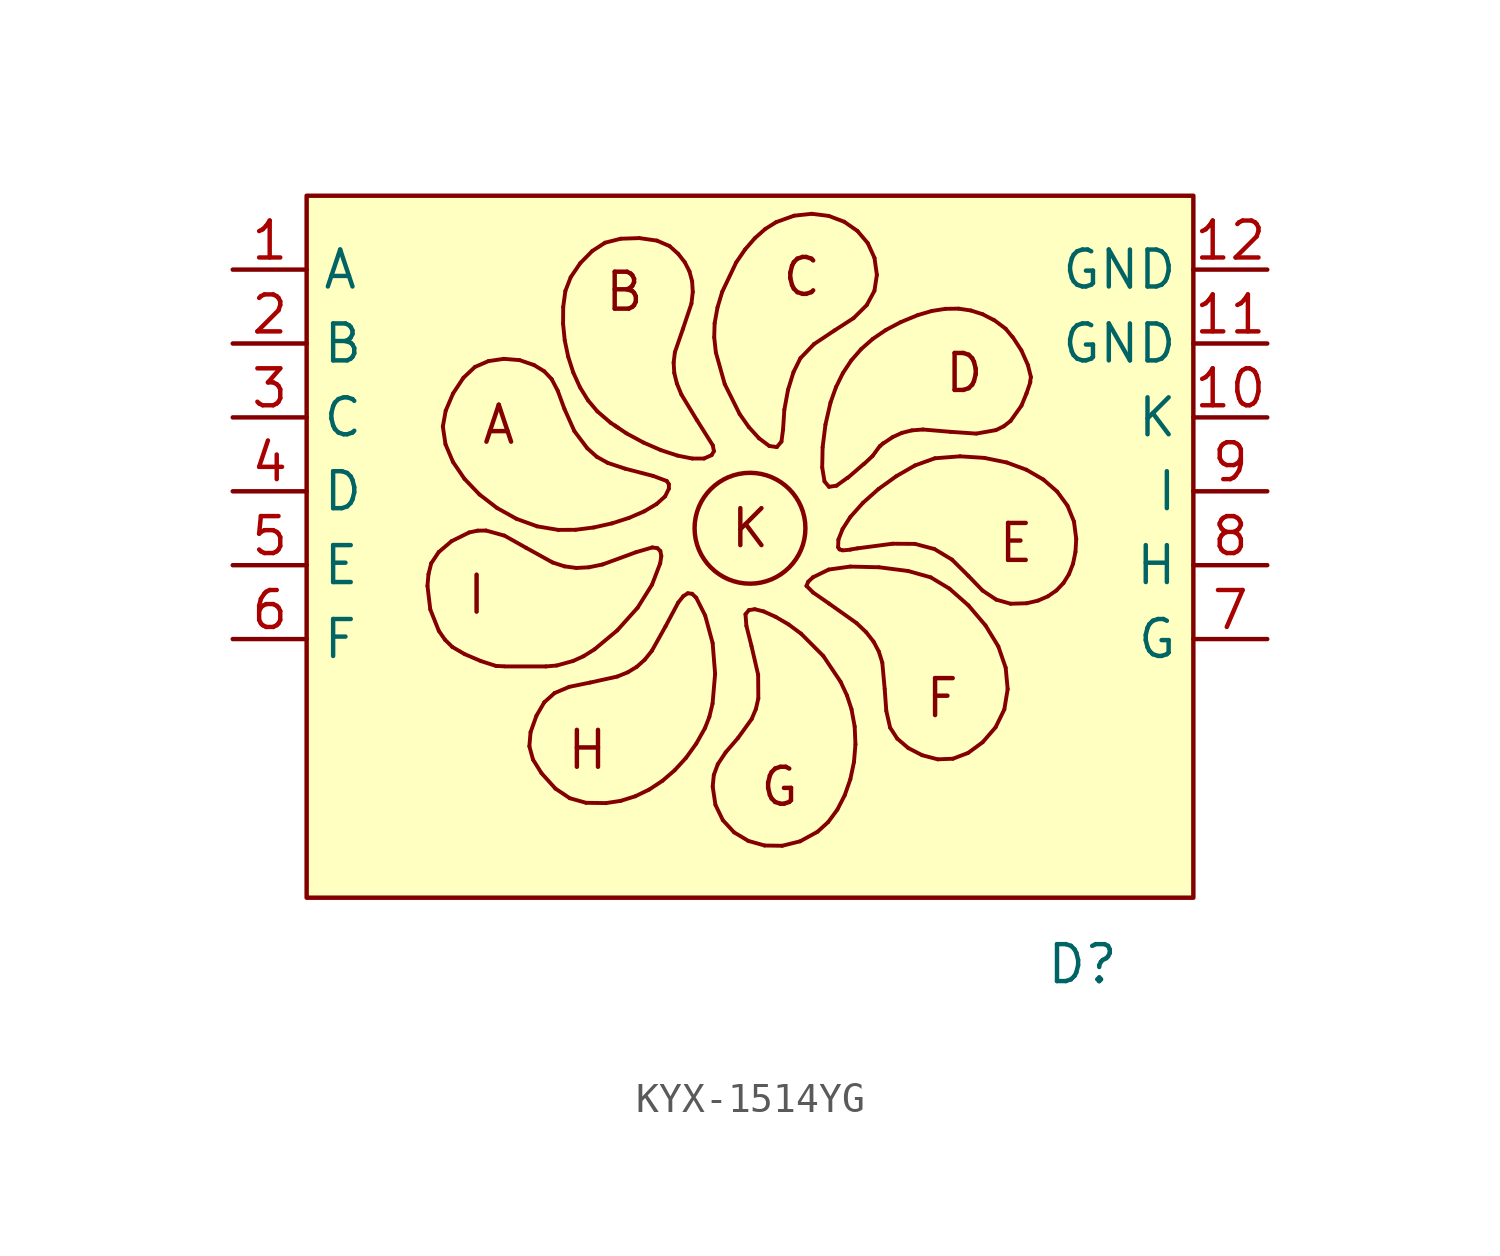
<source format=kicad_sym>
(kicad_symbol_lib
  (version 20241209)
  (generator "kicad_symbol_editor")
  (generator_version "9.0")
  (symbol "KYX-1514YG"
    (property "Reference" "D"
      (at 11.43 -14.986 0)
      (effects (font (size 1.27 1.27))))
    (property "Value" ""
      (at 0 0 0)
      (effects (font (size 1.27 1.27))))
    (symbol "KYX-1514YG_0_1"
      (rectangle (start -15.24 11.43) (end 15.24 -12.7) (stroke (width 0) (type default)) (fill (type background)))
      (circle (center 0 0) (radius 1.905) (stroke (width 0) (type default)) (fill (type none))))
    (symbol "KYX-1514YG_1_0"
      (polyline (pts (xy -11.087 -1.98) (xy -10.99 -2.791)) (stroke (width 0.134) (type default)) (fill (type none)))
      (polyline (pts (xy -11.052 -1.581) (xy -11.087 -1.98)) (stroke (width 0.134) (type default)) (fill (type none)))
      (polyline (pts (xy -10.99 -2.791) (xy -10.696 -3.529)) (stroke (width 0.134) (type default)) (fill (type none)))
      (polyline (pts (xy -10.958 -1.205) (xy -11.052 -1.581)) (stroke (width 0.134) (type default)) (fill (type none)))
      (polyline (pts (xy -10.699 -0.818) (xy -10.958 -1.205)) (stroke (width 0.134) (type default)) (fill (type none)))
      (polyline (pts (xy -10.696 -3.529) (xy -10.483 -3.835)) (stroke (width 0.134) (type default)) (fill (type none)))
      (polyline (pts (xy -10.558 3.496) (xy -10.467 2.886)) (stroke (width 0.134) (type default)) (fill (type none)))
      (polyline (pts (xy -10.483 -3.835) (xy -10.231 -4.082)) (stroke (width 0.134) (type default)) (fill (type none)))
      (polyline (pts (xy -10.467 2.886) (xy -10.21 2.279)) (stroke (width 0.134) (type default)) (fill (type none)))
      (polyline (pts (xy -10.46 4.04) (xy -10.558 3.496)) (stroke (width 0.134) (type default)) (fill (type none)))
      (polyline (pts (xy -10.259 -0.445) (xy -10.699 -0.818)) (stroke (width 0.134) (type default)) (fill (type none)))
      (polyline (pts (xy -10.231 -4.082) (xy -9.809 -4.328)) (stroke (width 0.134) (type default)) (fill (type none)))
      (polyline (pts (xy -10.21 2.279) (xy -9.813 1.696)) (stroke (width 0.134) (type default)) (fill (type none)))
      (polyline (pts (xy -10.206 4.635) (xy -10.46 4.04)) (stroke (width 0.134) (type default)) (fill (type none)))
      (polyline (pts (xy -9.851 5.172) (xy -10.206 4.635)) (stroke (width 0.134) (type default)) (fill (type none)))
      (polyline (pts (xy -9.813 1.696) (xy -9.3 1.161)) (stroke (width 0.134) (type default)) (fill (type none)))
      (polyline (pts (xy -9.809 -4.328) (xy -9.244 -4.569)) (stroke (width 0.134) (type default)) (fill (type none)))
      (polyline (pts (xy -9.654 -0.145) (xy -10.259 -0.445)) (stroke (width 0.134) (type default)) (fill (type none)))
      (polyline (pts (xy -9.456 5.544) (xy -9.851 5.172)) (stroke (width 0.134) (type default)) (fill (type none)))
      (polyline (pts (xy -9.365 -0.083) (xy -9.654 -0.145)) (stroke (width 0.134) (type default)) (fill (type none)))
      (polyline (pts (xy -9.3 1.161) (xy -8.696 0.696)) (stroke (width 0.134) (type default)) (fill (type none)))
      (polyline (pts (xy -9.244 -4.569) (xy -8.729 -4.733)) (stroke (width 0.134) (type default)) (fill (type none)))
      (polyline (pts (xy -9.072 -0.079) (xy -9.365 -0.083)) (stroke (width 0.134) (type default)) (fill (type none)))
      (polyline (pts (xy -8.994 5.744) (xy -9.456 5.544)) (stroke (width 0.134) (type default)) (fill (type none)))
      (polyline (pts (xy -8.729 -4.733) (xy -8.457 -4.746)) (stroke (width 0.134) (type default)) (fill (type none)))
      (polyline (pts (xy -8.696 0.696) (xy -8.026 0.323)) (stroke (width 0.134) (type default)) (fill (type none)))
      (polyline (pts (xy -8.463 5.823) (xy -8.994 5.744)) (stroke (width 0.134) (type default)) (fill (type none)))
      (polyline (pts (xy -8.442 -0.254) (xy -9.072 -0.079)) (stroke (width 0.134) (type default)) (fill (type none)))
      (polyline (pts (xy -8.433 -4.75) (xy -7.01 -4.75)) (stroke (width 0.134) (type default)) (fill (type none)))
      (polyline (pts (xy -8.026 0.323) (xy -7.316 0.065)) (stroke (width 0.134) (type default)) (fill (type none)))
      (polyline (pts (xy -7.92 5.779) (xy -8.463 5.823)) (stroke (width 0.134) (type default)) (fill (type none)))
      (polyline (pts (xy -7.693 -0.675) (xy -8.442 -0.254)) (stroke (width 0.134) (type default)) (fill (type none)))
      (polyline (pts (xy -7.584 -7.496) (xy -7.459 -7.952)) (stroke (width 0.134) (type default)) (fill (type none)))
      (polyline (pts (xy -7.543 -7.009) (xy -7.584 -7.496)) (stroke (width 0.134) (type default)) (fill (type none)))
      (polyline (pts (xy -7.459 -7.952) (xy -7.164 -8.424)) (stroke (width 0.134) (type default)) (fill (type none)))
      (polyline (pts (xy -7.426 5.61) (xy -7.92 5.779)) (stroke (width 0.134) (type default)) (fill (type none)))
      (polyline (pts (xy -7.34 -6.443) (xy -7.543 -7.009)) (stroke (width 0.134) (type default)) (fill (type none)))
      (polyline (pts (xy -7.316 0.065) (xy -6.589 -0.057)) (stroke (width 0.134) (type default)) (fill (type none)))
      (polyline (pts (xy -7.164 -8.424) (xy -6.688 -8.95)) (stroke (width 0.134) (type default)) (fill (type none)))
      (polyline (pts (xy -7.072 5.394) (xy -7.426 5.61)) (stroke (width 0.134) (type default)) (fill (type none)))
      (polyline (pts (xy -7.071 -5.982) (xy -7.34 -6.443)) (stroke (width 0.134) (type default)) (fill (type none)))
      (polyline (pts (xy -7.023 -4.751) (xy -6.647 -4.719)) (stroke (width 0.134) (type default)) (fill (type none)))
      (polyline (pts (xy -6.82 5.129) (xy -7.072 5.394)) (stroke (width 0.134) (type default)) (fill (type none)))
      (polyline (pts (xy -6.786 -1.177) (xy -7.693 -0.675)) (stroke (width 0.134) (type default)) (fill (type none)))
      (polyline (pts (xy -6.717 -5.665) (xy -7.071 -5.982)) (stroke (width 0.134) (type default)) (fill (type none)))
      (polyline (pts (xy -6.688 -8.95) (xy -6.195 -9.28)) (stroke (width 0.134) (type default)) (fill (type none)))
      (polyline (pts (xy -6.647 -4.719) (xy -6.082 -4.563)) (stroke (width 0.134) (type default)) (fill (type none)))
      (polyline (pts (xy -6.609 4.727) (xy -6.82 5.129)) (stroke (width 0.134) (type default)) (fill (type none)))
      (polyline (pts (xy -6.589 -0.057) (xy -5.997 -0.053)) (stroke (width 0.134) (type default)) (fill (type none)))
      (polyline (pts (xy -6.426 7.034) (xy -6.368 6.458)) (stroke (width 0.134) (type default)) (fill (type none)))
      (polyline (pts (xy -6.421 7.604) (xy -6.426 7.034)) (stroke (width 0.134) (type default)) (fill (type none)))
      (polyline (pts (xy -6.379 4.102) (xy -6.609 4.727)) (stroke (width 0.134) (type default)) (fill (type none)))
      (polyline (pts (xy -6.377 -1.31) (xy -6.786 -1.177)) (stroke (width 0.134) (type default)) (fill (type none)))
      (polyline (pts (xy -6.368 6.458) (xy -6.249 5.893)) (stroke (width 0.134) (type default)) (fill (type none)))
      (polyline (pts (xy -6.347 8.154) (xy -6.421 7.604)) (stroke (width 0.134) (type default)) (fill (type none)))
      (polyline (pts (xy -6.249 5.893) (xy -6.074 5.351)) (stroke (width 0.134) (type default)) (fill (type none)))
      (polyline (pts (xy -6.213 -5.452) (xy -6.717 -5.665)) (stroke (width 0.134) (type default)) (fill (type none)))
      (polyline (pts (xy -6.195 -9.28) (xy -5.634 -9.438)) (stroke (width 0.134) (type default)) (fill (type none)))
      (polyline (pts (xy -6.164 8.628) (xy -6.347 8.154)) (stroke (width 0.134) (type default)) (fill (type none)))
      (polyline (pts (xy -6.082 -4.563) (xy -5.726 -4.401)) (stroke (width 0.134) (type default)) (fill (type none)))
      (polyline (pts (xy -6.074 5.351) (xy -5.846 4.848)) (stroke (width 0.134) (type default)) (fill (type none)))
      (polyline (pts (xy -6.037 3.338) (xy -6.379 4.102)) (stroke (width 0.134) (type default)) (fill (type none)))
      (polyline (pts (xy -5.997 -0.053) (xy -5.373 0.026)) (stroke (width 0.134) (type default)) (fill (type none)))
      (polyline (pts (xy -5.969 -1.365) (xy -6.377 -1.31)) (stroke (width 0.134) (type default)) (fill (type none)))
      (polyline (pts (xy -5.846 4.848) (xy -5.57 4.399)) (stroke (width 0.134) (type default)) (fill (type none)))
      (polyline (pts (xy -5.836 9.111) (xy -6.164 8.628)) (stroke (width 0.134) (type default)) (fill (type none)))
      (polyline (pts (xy -5.726 -4.401) (xy -5.344 -4.162)) (stroke (width 0.134) (type default)) (fill (type none)))
      (polyline (pts (xy -5.634 -9.438) (xy -4.952 -9.448)) (stroke (width 0.134) (type default)) (fill (type none)))
      (polyline (pts (xy -5.593 2.749) (xy -6.037 3.338)) (stroke (width 0.134) (type default)) (fill (type none)))
      (polyline (pts (xy -5.57 4.399) (xy -5.249 4.018)) (stroke (width 0.134) (type default)) (fill (type none)))
      (polyline (pts (xy -5.54 -1.343) (xy -5.969 -1.365)) (stroke (width 0.134) (type default)) (fill (type none)))
      (polyline (pts (xy -5.497 -5.305) (xy -6.213 -5.452)) (stroke (width 0.134) (type default)) (fill (type none)))
      (polyline (pts (xy -5.422 9.531) (xy -5.836 9.111)) (stroke (width 0.134) (type default)) (fill (type none)))
      (polyline (pts (xy -5.373 0.026) (xy -4.75 0.166)) (stroke (width 0.134) (type default)) (fill (type none)))
      (polyline (pts (xy -5.344 -4.162) (xy -4.563 -3.511)) (stroke (width 0.134) (type default)) (fill (type none)))
      (polyline (pts (xy -5.266 2.456) (xy -5.593 2.749)) (stroke (width 0.134) (type default)) (fill (type none)))
      (polyline (pts (xy -5.249 4.018) (xy -4.792 3.626)) (stroke (width 0.134) (type default)) (fill (type none)))
      (polyline (pts (xy -5.071 -1.246) (xy -5.54 -1.343)) (stroke (width 0.134) (type default)) (fill (type none)))
      (polyline (pts (xy -4.982 9.815) (xy -5.422 9.531)) (stroke (width 0.134) (type default)) (fill (type none)))
      (polyline (pts (xy -4.952 -9.448) (xy -4.442 -9.37)) (stroke (width 0.134) (type default)) (fill (type none)))
      (polyline (pts (xy -4.889 2.246) (xy -5.266 2.456)) (stroke (width 0.134) (type default)) (fill (type none)))
      (polyline (pts (xy -4.792 3.626) (xy -4.25 3.263)) (stroke (width 0.134) (type default)) (fill (type none)))
      (polyline (pts (xy -4.75 0.166) (xy -4.161 0.355)) (stroke (width 0.134) (type default)) (fill (type none)))
      (polyline (pts (xy -4.563 -3.511) (xy -3.863 -2.731)) (stroke (width 0.134) (type default)) (fill (type none)))
      (polyline (pts (xy -4.562 -5.098) (xy -5.497 -5.305)) (stroke (width 0.134) (type default)) (fill (type none)))
      (polyline (pts (xy -4.524 3.446) (xy -4.648 3.533)) (stroke (width 0.134) (type default)) (fill (type none)))
      (polyline (pts (xy -4.444 9.952) (xy -4.982 9.815)) (stroke (width 0.134) (type default)) (fill (type none)))
      (polyline (pts (xy -4.442 -9.37) (xy -3.945 -9.214)) (stroke (width 0.134) (type default)) (fill (type none)))
      (polyline (pts (xy -4.297 2.049) (xy -4.889 2.246)) (stroke (width 0.134) (type default)) (fill (type none)))
      (polyline (pts (xy -4.25 3.263) (xy -3.661 2.945)) (stroke (width 0.134) (type default)) (fill (type none)))
      (polyline (pts (xy -4.2 -4.951) (xy -4.562 -5.098)) (stroke (width 0.134) (type default)) (fill (type none)))
      (polyline (pts (xy -4.161 0.355) (xy -3.637 0.581)) (stroke (width 0.134) (type default)) (fill (type none)))
      (polyline (pts (xy -3.945 -9.214) (xy -3.466 -8.983)) (stroke (width 0.134) (type default)) (fill (type none)))
      (polyline (pts (xy -3.923 -0.825) (xy -5.071 -1.246)) (stroke (width 0.134) (type default)) (fill (type none)))
      (polyline (pts (xy -3.889 -4.761) (xy -4.2 -4.951)) (stroke (width 0.134) (type default)) (fill (type none)))
      (polyline (pts (xy -3.863 -2.731) (xy -3.368 -1.941)) (stroke (width 0.134) (type default)) (fill (type none)))
      (polyline (pts (xy -3.804 9.973) (xy -4.444 9.952)) (stroke (width 0.134) (type default)) (fill (type none)))
      (polyline (pts (xy -3.661 2.945) (xy -3.062 2.684)) (stroke (width 0.134) (type default)) (fill (type none)))
      (polyline (pts (xy -3.637 0.581) (xy -3.212 0.832)) (stroke (width 0.134) (type default)) (fill (type none)))
      (polyline (pts (xy -3.618 -4.518) (xy -3.889 -4.761)) (stroke (width 0.134) (type default)) (fill (type none)))
      (polyline (pts (xy -3.466 -8.983) (xy -3.011 -8.683)) (stroke (width 0.134) (type default)) (fill (type none)))
      (polyline (pts (xy -3.372 -4.212) (xy -3.618 -4.518)) (stroke (width 0.134) (type default)) (fill (type none)))
      (polyline (pts (xy -3.368 -1.941) (xy -3.087 -1.206)) (stroke (width 0.134) (type default)) (fill (type none)))
      (polyline (pts (xy -3.358 -0.66) (xy -3.923 -0.825)) (stroke (width 0.134) (type default)) (fill (type none)))
      (polyline (pts (xy -3.325 1.796) (xy -4.297 2.049)) (stroke (width 0.134) (type default)) (fill (type none)))
      (polyline (pts (xy -3.212 0.832) (xy -2.918 1.096)) (stroke (width 0.134) (type default)) (fill (type none)))
      (polyline (pts (xy -3.2 9.887) (xy -3.804 9.973)) (stroke (width 0.134) (type default)) (fill (type none)))
      (polyline (pts (xy -3.184 -0.685) (xy -3.358 -0.66)) (stroke (width 0.134) (type default)) (fill (type none)))
      (polyline (pts (xy -3.087 -1.206) (xy -3.049 -0.957)) (stroke (width 0.134) (type default)) (fill (type none)))
      (polyline (pts (xy -3.082 -0.783) (xy -3.184 -0.685)) (stroke (width 0.134) (type default)) (fill (type none)))
      (polyline (pts (xy -3.062 2.684) (xy -2.49 2.497)) (stroke (width 0.134) (type default)) (fill (type none)))
      (polyline (pts (xy -3.049 -0.957) (xy -3.082 -0.783)) (stroke (width 0.134) (type default)) (fill (type none)))
      (polyline (pts (xy -3.011 -8.683) (xy -2.587 -8.317)) (stroke (width 0.134) (type default)) (fill (type none)))
      (polyline (pts (xy -2.918 1.096) (xy -2.788 1.361)) (stroke (width 0.134) (type default)) (fill (type none)))
      (polyline (pts (xy -2.903 -3.372) (xy -3.372 -4.212)) (stroke (width 0.134) (type default)) (fill (type none)))
      (polyline (pts (xy -2.862 1.624) (xy -3.325 1.796)) (stroke (width 0.134) (type default)) (fill (type none)))
      (polyline (pts (xy -2.789 1.514) (xy -2.862 1.624)) (stroke (width 0.134) (type default)) (fill (type none)))
      (polyline (pts (xy -2.788 1.361) (xy -2.789 1.514)) (stroke (width 0.134) (type default)) (fill (type none)))
      (polyline (pts (xy -2.765 9.699) (xy -3.2 9.887)) (stroke (width 0.134) (type default)) (fill (type none)))
      (polyline (pts (xy -2.625 5.693) (xy -2.581 6.053)) (stroke (width 0.134) (type default)) (fill (type none)))
      (polyline (pts (xy -2.603 5.338) (xy -2.625 5.693)) (stroke (width 0.134) (type default)) (fill (type none)))
      (polyline (pts (xy -2.587 -8.317) (xy -2.197 -7.89)) (stroke (width 0.134) (type default)) (fill (type none)))
      (polyline (pts (xy -2.581 6.053) (xy -2.308 6.844)) (stroke (width 0.134) (type default)) (fill (type none)))
      (polyline (pts (xy -2.514 4.976) (xy -2.603 5.338)) (stroke (width 0.134) (type default)) (fill (type none)))
      (polyline (pts (xy -2.49 2.497) (xy -1.985 2.396)) (stroke (width 0.134) (type default)) (fill (type none)))
      (polyline (pts (xy -2.469 -2.557) (xy -2.903 -3.372)) (stroke (width 0.134) (type default)) (fill (type none)))
      (polyline (pts (xy -2.468 9.432) (xy -2.765 9.699)) (stroke (width 0.134) (type default)) (fill (type none)))
      (polyline (pts (xy -2.357 4.594) (xy -2.514 4.976)) (stroke (width 0.134) (type default)) (fill (type none)))
      (polyline (pts (xy -2.308 6.844) (xy -2.013 7.723)) (stroke (width 0.134) (type default)) (fill (type none)))
      (polyline (pts (xy -2.294 -2.336) (xy -2.469 -2.557)) (stroke (width 0.134) (type default)) (fill (type none)))
      (polyline (pts (xy -2.24 9.141) (xy -2.468 9.432)) (stroke (width 0.134) (type default)) (fill (type none)))
      (polyline (pts (xy -2.197 -7.89) (xy -1.849 -7.406)) (stroke (width 0.134) (type default)) (fill (type none)))
      (polyline (pts (xy -2.138 -2.235) (xy -2.294 -2.336)) (stroke (width 0.134) (type default)) (fill (type none)))
      (polyline (pts (xy -2.08 8.826) (xy -2.24 9.141)) (stroke (width 0.134) (type default)) (fill (type none)))
      (polyline (pts (xy -2.013 7.723) (xy -1.967 8.118)) (stroke (width 0.134) (type default)) (fill (type none)))
      (polyline (pts (xy -1.992 -2.253) (xy -2.138 -2.235)) (stroke (width 0.134) (type default)) (fill (type none)))
      (polyline (pts (xy -1.989 8.485) (xy -2.08 8.826)) (stroke (width 0.134) (type default)) (fill (type none)))
      (polyline (pts (xy -1.985 2.396) (xy -1.582 2.396)) (stroke (width 0.134) (type default)) (fill (type none)))
      (polyline (pts (xy -1.967 8.118) (xy -1.989 8.485)) (stroke (width 0.134) (type default)) (fill (type none)))
      (polyline (pts (xy -1.849 -2.388) (xy -1.992 -2.253)) (stroke (width 0.134) (type default)) (fill (type none)))
      (polyline (pts (xy -1.849 -7.406) (xy -1.547 -6.869)) (stroke (width 0.134) (type default)) (fill (type none)))
      (polyline (pts (xy -1.827 3.72) (xy -2.357 4.594)) (stroke (width 0.134) (type default)) (fill (type none)))
      (polyline (pts (xy -1.582 2.396) (xy -1.32 2.513)) (stroke (width 0.134) (type default)) (fill (type none)))
      (polyline (pts (xy -1.547 -6.869) (xy -1.396 -6.48)) (stroke (width 0.134) (type default)) (fill (type none)))
      (polyline (pts (xy -1.541 -3) (xy -1.849 -2.388)) (stroke (width 0.134) (type default)) (fill (type none)))
      (polyline (pts (xy -1.396 -6.48) (xy -1.287 -6.028)) (stroke (width 0.134) (type default)) (fill (type none)))
      (polyline (pts (xy -1.32 2.513) (xy -1.24 2.649)) (stroke (width 0.134) (type default)) (fill (type none)))
      (polyline (pts (xy -1.287 -6.028) (xy -1.199 -5.006)) (stroke (width 0.134) (type default)) (fill (type none)))
      (polyline (pts (xy -1.284 -3.949) (xy -1.541 -3)) (stroke (width 0.134) (type default)) (fill (type none)))
      (polyline (pts (xy -1.282 -8.882) (xy -1.188 -9.508)) (stroke (width 0.134) (type default)) (fill (type none)))
      (polyline (pts (xy -1.279 2.849) (xy -1.827 3.72)) (stroke (width 0.134) (type default)) (fill (type none)))
      (polyline (pts (xy -1.244 -8.484) (xy -1.282 -8.882)) (stroke (width 0.134) (type default)) (fill (type none)))
      (polyline (pts (xy -1.24 2.649) (xy -1.279 2.849)) (stroke (width 0.134) (type default)) (fill (type none)))
      (polyline (pts (xy -1.23 6.561) (xy -1.173 6.041)) (stroke (width 0.134) (type default)) (fill (type none)))
      (polyline (pts (xy -1.216 7.042) (xy -1.23 6.561)) (stroke (width 0.134) (type default)) (fill (type none)))
      (polyline (pts (xy -1.199 -5.006) (xy -1.284 -3.949)) (stroke (width 0.134) (type default)) (fill (type none)))
      (polyline (pts (xy -1.188 -9.508) (xy -0.933 -10.036)) (stroke (width 0.134) (type default)) (fill (type none)))
      (polyline (pts (xy -1.173 6.041) (xy -0.869 4.956)) (stroke (width 0.134) (type default)) (fill (type none)))
      (polyline (pts (xy -1.118 7.586) (xy -1.216 7.042)) (stroke (width 0.134) (type default)) (fill (type none)))
      (polyline (pts (xy -1.107 -8.112) (xy -1.244 -8.484)) (stroke (width 0.134) (type default)) (fill (type none)))
      (polyline (pts (xy -0.956 8.125) (xy -1.118 7.586)) (stroke (width 0.134) (type default)) (fill (type none)))
      (polyline (pts (xy -0.933 -10.036) (xy -0.546 -10.454)) (stroke (width 0.134) (type default)) (fill (type none)))
      (polyline (pts (xy -0.869 4.956) (xy -0.357 3.927)) (stroke (width 0.134) (type default)) (fill (type none)))
      (polyline (pts (xy -0.839 -7.706) (xy -1.107 -8.112)) (stroke (width 0.134) (type default)) (fill (type none)))
      (polyline (pts (xy -0.546 -10.454) (xy -0.058 -10.748)) (stroke (width 0.134) (type default)) (fill (type none)))
      (polyline (pts (xy -0.475 9.136) (xy -0.956 8.125)) (stroke (width 0.134) (type default)) (fill (type none)))
      (polyline (pts (xy -0.408 -7.205) (xy -0.839 -7.706)) (stroke (width 0.134) (type default)) (fill (type none)))
      (polyline (pts (xy -0.357 3.927) (xy -0.04 3.477)) (stroke (width 0.134) (type default)) (fill (type none)))
      (polyline (pts (xy -0.17 9.582) (xy -0.475 9.136)) (stroke (width 0.134) (type default)) (fill (type none)))
      (polyline (pts (xy -0.155 -2.958) (xy -0.124 -3.356)) (stroke (width 0.134) (type default)) (fill (type none)))
      (polyline (pts (xy -0.124 -3.356) (xy 0.051 -4.048)) (stroke (width 0.134) (type default)) (fill (type none)))
      (polyline (pts (xy -0.058 -10.748) (xy 0.503 -10.906)) (stroke (width 0.134) (type default)) (fill (type none)))
      (polyline (pts (xy -0.04 -2.816) (xy -0.155 -2.958)) (stroke (width 0.134) (type default)) (fill (type none)))
      (polyline (pts (xy -0.04 3.477) (xy 0.309 3.093)) (stroke (width 0.134) (type default)) (fill (type none)))
      (polyline (pts (xy 0.051 -4.048) (xy 0.28 -5.037)) (stroke (width 0.134) (type default)) (fill (type none)))
      (polyline (pts (xy 0.059 -6.556) (xy -0.408 -7.205)) (stroke (width 0.134) (type default)) (fill (type none)))
      (polyline (pts (xy 0.163 -2.783) (xy -0.04 -2.816)) (stroke (width 0.134) (type default)) (fill (type none)))
      (polyline (pts (xy 0.166 9.97) (xy -0.17 9.582)) (stroke (width 0.134) (type default)) (fill (type none)))
      (polyline (pts (xy 0.202 -6.215) (xy 0.059 -6.556)) (stroke (width 0.134) (type default)) (fill (type none)))
      (polyline (pts (xy 0.28 -5.037) (xy 0.286 -5.853)) (stroke (width 0.134) (type default)) (fill (type none)))
      (polyline (pts (xy 0.286 -5.853) (xy 0.202 -6.215)) (stroke (width 0.134) (type default)) (fill (type none)))
      (polyline (pts (xy 0.309 3.093) (xy 0.663 2.828)) (stroke (width 0.134) (type default)) (fill (type none)))
      (polyline (pts (xy 0.465 -2.858) (xy 0.163 -2.783)) (stroke (width 0.134) (type default)) (fill (type none)))
      (polyline (pts (xy 0.503 -10.906) (xy 1.106 -10.915)) (stroke (width 0.134) (type default)) (fill (type none)))
      (polyline (pts (xy 0.525 10.288) (xy 0.166 9.97)) (stroke (width 0.134) (type default)) (fill (type none)))
      (polyline (pts (xy 0.663 2.828) (xy 0.922 2.79)) (stroke (width 0.134) (type default)) (fill (type none)))
      (polyline (pts (xy 0.878 -3.044) (xy 0.465 -2.858)) (stroke (width 0.134) (type default)) (fill (type none)))
      (polyline (pts (xy 0.901 10.523) (xy 0.525 10.288)) (stroke (width 0.134) (type default)) (fill (type none)))
      (polyline (pts (xy 0.922 2.79) (xy 1.081 2.979)) (stroke (width 0.134) (type default)) (fill (type none)))
      (polyline (pts (xy 1.081 2.979) (xy 1.136 3.391)) (stroke (width 0.134) (type default)) (fill (type none)))
      (polyline (pts (xy 1.106 -10.915) (xy 1.722 -10.762)) (stroke (width 0.134) (type default)) (fill (type none)))
      (polyline (pts (xy 1.136 3.391) (xy 1.181 4.075)) (stroke (width 0.134) (type default)) (fill (type none)))
      (polyline (pts (xy 1.181 4.075) (xy 1.307 4.757)) (stroke (width 0.134) (type default)) (fill (type none)))
      (polyline (pts (xy 1.307 4.757) (xy 1.496 5.369)) (stroke (width 0.134) (type default)) (fill (type none)))
      (polyline (pts (xy 1.329 -3.308) (xy 0.878 -3.044)) (stroke (width 0.134) (type default)) (fill (type none)))
      (polyline (pts (xy 1.496 5.369) (xy 1.733 5.846)) (stroke (width 0.134) (type default)) (fill (type none)))
      (polyline (pts (xy 1.514 10.743) (xy 0.901 10.523)) (stroke (width 0.134) (type default)) (fill (type none)))
      (polyline (pts (xy 1.722 -10.762) (xy 2.32 -10.434)) (stroke (width 0.134) (type default)) (fill (type none)))
      (polyline (pts (xy 1.733 5.846) (xy 2.199 6.329)) (stroke (width 0.134) (type default)) (fill (type none)))
      (polyline (pts (xy 1.757 -3.626) (xy 1.329 -3.308)) (stroke (width 0.134) (type default)) (fill (type none)))
      (polyline (pts (xy 1.942 -1.981) (xy 2.169 -2.209)) (stroke (width 0.134) (type default)) (fill (type none)))
      (polyline (pts (xy 2.001 -1.838) (xy 1.942 -1.981)) (stroke (width 0.134) (type default)) (fill (type none)))
      (polyline (pts (xy 2.124 10.809) (xy 1.514 10.743)) (stroke (width 0.134) (type default)) (fill (type none)))
      (polyline (pts (xy 2.163 -1.686) (xy 2.001 -1.838)) (stroke (width 0.134) (type default)) (fill (type none)))
      (polyline (pts (xy 2.169 -2.209) (xy 2.715 -2.588)) (stroke (width 0.134) (type default)) (fill (type none)))
      (polyline (pts (xy 2.199 6.329) (xy 2.907 6.801)) (stroke (width 0.134) (type default)) (fill (type none)))
      (polyline (pts (xy 2.32 -10.434) (xy 2.688 -10.099)) (stroke (width 0.134) (type default)) (fill (type none)))
      (polyline (pts (xy 2.482 2.09) (xy 2.561 1.61)) (stroke (width 0.134) (type default)) (fill (type none)))
      (polyline (pts (xy 2.496 2.782) (xy 2.482 2.09)) (stroke (width 0.134) (type default)) (fill (type none)))
      (polyline (pts (xy 2.519 -4.39) (xy 1.757 -3.626)) (stroke (width 0.134) (type default)) (fill (type none)))
      (polyline (pts (xy 2.561 1.61) (xy 2.716 1.424)) (stroke (width 0.134) (type default)) (fill (type none)))
      (polyline (pts (xy 2.594 3.564) (xy 2.496 2.782)) (stroke (width 0.134) (type default)) (fill (type none)))
      (polyline (pts (xy 2.688 -10.099) (xy 3.002 -9.674)) (stroke (width 0.134) (type default)) (fill (type none)))
      (polyline (pts (xy 2.706 -1.42) (xy 2.163 -1.686)) (stroke (width 0.134) (type default)) (fill (type none)))
      (polyline (pts (xy 2.707 10.736) (xy 2.124 10.809)) (stroke (width 0.134) (type default)) (fill (type none)))
      (polyline (pts (xy 2.715 -2.588) (xy 3.662 -3.26)) (stroke (width 0.134) (type default)) (fill (type none)))
      (polyline (pts (xy 2.716 1.424) (xy 2.972 1.462)) (stroke (width 0.134) (type default)) (fill (type none)))
      (polyline (pts (xy 2.767 4.318) (xy 2.594 3.564)) (stroke (width 0.134) (type default)) (fill (type none)))
      (polyline (pts (xy 2.907 6.801) (xy 3.562 7.224)) (stroke (width 0.134) (type default)) (fill (type none)))
      (polyline (pts (xy 2.956 4.85) (xy 2.767 4.318)) (stroke (width 0.134) (type default)) (fill (type none)))
      (polyline (pts (xy 2.972 1.462) (xy 3.353 1.737)) (stroke (width 0.134) (type default)) (fill (type none)))
      (polyline (pts (xy 3.002 -9.674) (xy 3.257 -9.177)) (stroke (width 0.134) (type default)) (fill (type none)))
      (polyline (pts (xy 3.029 -0.653) (xy 3.078 -0.727)) (stroke (width 0.134) (type default)) (fill (type none)))
      (polyline (pts (xy 3.039 -0.392) (xy 3.029 -0.653)) (stroke (width 0.134) (type default)) (fill (type none)))
      (polyline (pts (xy 3.078 -0.727) (xy 3.166 -0.753)) (stroke (width 0.134) (type default)) (fill (type none)))
      (polyline (pts (xy 3.113 -5.276) (xy 2.519 -4.39)) (stroke (width 0.134) (type default)) (fill (type none)))
      (polyline (pts (xy 3.175 -0.762) (xy 3.454 -0.737)) (stroke (width 0.134) (type default)) (fill (type none)))
      (polyline (pts (xy 3.183 -0.027) (xy 3.039 -0.392)) (stroke (width 0.134) (type default)) (fill (type none)))
      (polyline (pts (xy 3.193 5.333) (xy 2.956 4.85)) (stroke (width 0.134) (type default)) (fill (type none)))
      (polyline (pts (xy 3.238 10.535) (xy 2.707 10.736)) (stroke (width 0.134) (type default)) (fill (type none)))
      (polyline (pts (xy 3.257 -9.177) (xy 3.45 -8.625)) (stroke (width 0.134) (type default)) (fill (type none)))
      (polyline (pts (xy 3.332 -5.744) (xy 3.113 -5.276)) (stroke (width 0.134) (type default)) (fill (type none)))
      (polyline (pts (xy 3.353 1.727) (xy 3.912 2.21)) (stroke (width 0.134) (type default)) (fill (type none)))
      (polyline (pts (xy 3.444 -1.318) (xy 2.706 -1.42)) (stroke (width 0.134) (type default)) (fill (type none)))
      (polyline (pts (xy 3.446 0.384) (xy 3.183 -0.027)) (stroke (width 0.134) (type default)) (fill (type none)))
      (polyline (pts (xy 3.45 -8.625) (xy 3.574 -8.036)) (stroke (width 0.134) (type default)) (fill (type none)))
      (polyline (pts (xy 3.454 -0.731) (xy 3.689 -0.692)) (stroke (width 0.134) (type default)) (fill (type none)))
      (polyline (pts (xy 3.481 5.769) (xy 3.193 5.333)) (stroke (width 0.134) (type default)) (fill (type none)))
      (polyline (pts (xy 3.489 -6.22) (xy 3.332 -5.744)) (stroke (width 0.134) (type default)) (fill (type none)))
      (polyline (pts (xy 3.562 7.224) (xy 4.014 7.672)) (stroke (width 0.134) (type default)) (fill (type none)))
      (polyline (pts (xy 3.574 -8.036) (xy 3.625 -7.427)) (stroke (width 0.134) (type default)) (fill (type none)))
      (polyline (pts (xy 3.598 -6.816) (xy 3.489 -6.22)) (stroke (width 0.134) (type default)) (fill (type none)))
      (polyline (pts (xy 3.625 -7.427) (xy 3.598 -6.816)) (stroke (width 0.134) (type default)) (fill (type none)))
      (polyline (pts (xy 3.662 -3.26) (xy 3.995 -3.576)) (stroke (width 0.134) (type default)) (fill (type none)))
      (polyline (pts (xy 3.689 -0.692) (xy 4.899 -0.532)) (stroke (width 0.134) (type default)) (fill (type none)))
      (polyline (pts (xy 3.693 10.219) (xy 3.238 10.535)) (stroke (width 0.134) (type default)) (fill (type none)))
      (polyline (pts (xy 3.823 6.16) (xy 3.481 5.769)) (stroke (width 0.134) (type default)) (fill (type none)))
      (polyline (pts (xy 3.884 0.875) (xy 3.446 0.384)) (stroke (width 0.134) (type default)) (fill (type none)))
      (polyline (pts (xy 3.913 2.203) (xy 4.213 2.485)) (stroke (width 0.134) (type default)) (fill (type none)))
      (polyline (pts (xy 3.995 -3.576) (xy 4.248 -3.899)) (stroke (width 0.134) (type default)) (fill (type none)))
      (polyline (pts (xy 4.014 7.672) (xy 4.277 8.161)) (stroke (width 0.134) (type default)) (fill (type none)))
      (polyline (pts (xy 4.048 9.801) (xy 3.693 10.219)) (stroke (width 0.134) (type default)) (fill (type none)))
      (polyline (pts (xy 4.213 2.485) (xy 4.471 2.835)) (stroke (width 0.134) (type default)) (fill (type none)))
      (polyline (pts (xy 4.22 6.509) (xy 3.823 6.16)) (stroke (width 0.134) (type default)) (fill (type none)))
      (polyline (pts (xy 4.248 -3.899) (xy 4.429 -4.241)) (stroke (width 0.134) (type default)) (fill (type none)))
      (polyline (pts (xy 4.277 8.161) (xy 4.361 8.709)) (stroke (width 0.134) (type default)) (fill (type none)))
      (polyline (pts (xy 4.279 9.293) (xy 4.048 9.801)) (stroke (width 0.134) (type default)) (fill (type none)))
      (polyline (pts (xy 4.361 8.709) (xy 4.279 9.293)) (stroke (width 0.134) (type default)) (fill (type none)))
      (polyline (pts (xy 4.421 1.352) (xy 3.884 0.875)) (stroke (width 0.134) (type default)) (fill (type none)))
      (polyline (pts (xy 4.429 -4.241) (xy 4.547 -4.617)) (stroke (width 0.134) (type default)) (fill (type none)))
      (polyline (pts (xy 4.434 -1.341) (xy 3.444 -1.318)) (stroke (width 0.134) (type default)) (fill (type none)))
      (polyline (pts (xy 4.47 2.819) (xy 4.572 2.921)) (stroke (width 0.134) (type default)) (fill (type none)))
      (polyline (pts (xy 4.547 -4.617) (xy 4.63 -5.524)) (stroke (width 0.134) (type default)) (fill (type none)))
      (polyline (pts (xy 4.582 2.917) (xy 4.9 3.131)) (stroke (width 0.134) (type default)) (fill (type none)))
      (polyline (pts (xy 4.63 -5.524) (xy 4.685 -6.279)) (stroke (width 0.134) (type default)) (fill (type none)))
      (polyline (pts (xy 4.675 6.818) (xy 4.22 6.509)) (stroke (width 0.134) (type default)) (fill (type none)))
      (polyline (pts (xy 4.685 -6.279) (xy 4.816 -6.853)) (stroke (width 0.134) (type default)) (fill (type none)))
      (polyline (pts (xy 4.816 -6.853) (xy 5.062 -7.232)) (stroke (width 0.134) (type default)) (fill (type none)))
      (polyline (pts (xy 4.899 -0.532) (xy 5.669 -0.538)) (stroke (width 0.134) (type default)) (fill (type none)))
      (polyline (pts (xy 4.9 3.131) (xy 5.221 3.278)) (stroke (width 0.134) (type default)) (fill (type none)))
      (polyline (pts (xy 5.028 1.789) (xy 4.421 1.352)) (stroke (width 0.134) (type default)) (fill (type none)))
      (polyline (pts (xy 5.062 -7.232) (xy 5.441 -7.556)) (stroke (width 0.134) (type default)) (fill (type none)))
      (polyline (pts (xy 5.191 7.09) (xy 4.675 6.818)) (stroke (width 0.134) (type default)) (fill (type none)))
      (polyline (pts (xy 5.221 3.278) (xy 5.563 3.364)) (stroke (width 0.134) (type default)) (fill (type none)))
      (polyline (pts (xy 5.436 -1.47) (xy 4.434 -1.341)) (stroke (width 0.134) (type default)) (fill (type none)))
      (polyline (pts (xy 5.441 -7.556) (xy 5.917 -7.802)) (stroke (width 0.134) (type default)) (fill (type none)))
      (polyline (pts (xy 5.563 3.364) (xy 5.944 3.394)) (stroke (width 0.134) (type default)) (fill (type none)))
      (polyline (pts (xy 5.669 -0.538) (xy 6.341 -0.716)) (stroke (width 0.134) (type default)) (fill (type none)))
      (polyline (pts (xy 5.671 2.159) (xy 5.028 1.789)) (stroke (width 0.134) (type default)) (fill (type none)))
      (polyline (pts (xy 5.769 7.327) (xy 5.191 7.09)) (stroke (width 0.134) (type default)) (fill (type none)))
      (polyline (pts (xy 5.917 -7.802) (xy 6.451 -7.943)) (stroke (width 0.134) (type default)) (fill (type none)))
      (polyline (pts (xy 5.944 3.394) (xy 6.894 3.314)) (stroke (width 0.134) (type default)) (fill (type none)))
      (polyline (pts (xy 6.212 -1.688) (xy 5.436 -1.47)) (stroke (width 0.134) (type default)) (fill (type none)))
      (polyline (pts (xy 6.253 7.469) (xy 5.769 7.327)) (stroke (width 0.134) (type default)) (fill (type none)))
      (polyline (pts (xy 6.341 -0.716) (xy 6.944 -1.079)) (stroke (width 0.134) (type default)) (fill (type none)))
      (polyline (pts (xy 6.356 2.405) (xy 5.671 2.159)) (stroke (width 0.134) (type default)) (fill (type none)))
      (polyline (pts (xy 6.451 -7.943) (xy 6.974 -7.923)) (stroke (width 0.134) (type default)) (fill (type none)))
      (polyline (pts (xy 6.72 7.542) (xy 6.253 7.469)) (stroke (width 0.134) (type default)) (fill (type none)))
      (polyline (pts (xy 6.858 -2.078) (xy 6.212 -1.688)) (stroke (width 0.134) (type default)) (fill (type none)))
      (polyline (pts (xy 6.894 3.314) (xy 7.778 3.253)) (stroke (width 0.134) (type default)) (fill (type none)))
      (polyline (pts (xy 6.944 -1.079) (xy 7.508 -1.639)) (stroke (width 0.134) (type default)) (fill (type none)))
      (polyline (pts (xy 6.974 -7.923) (xy 7.497 -7.723)) (stroke (width 0.134) (type default)) (fill (type none)))
      (polyline (pts (xy 7.168 7.548) (xy 6.72 7.542)) (stroke (width 0.134) (type default)) (fill (type none)))
      (polyline (pts (xy 7.22 2.472) (xy 6.356 2.405)) (stroke (width 0.134) (type default)) (fill (type none)))
      (polyline (pts (xy 7.497 -7.723) (xy 7.996 -7.357)) (stroke (width 0.134) (type default)) (fill (type none)))
      (polyline (pts (xy 7.508 -1.639) (xy 7.994 -2.142)) (stroke (width 0.134) (type default)) (fill (type none)))
      (polyline (pts (xy 7.51 -2.654) (xy 6.858 -2.078)) (stroke (width 0.134) (type default)) (fill (type none)))
      (polyline (pts (xy 7.594 7.485) (xy 7.168 7.548)) (stroke (width 0.134) (type default)) (fill (type none)))
      (polyline (pts (xy 7.778 3.253) (xy 8.452 3.373)) (stroke (width 0.134) (type default)) (fill (type none)))
      (polyline (pts (xy 7.994 -2.142) (xy 8.466 -2.455)) (stroke (width 0.134) (type default)) (fill (type none)))
      (polyline (pts (xy 7.996 -7.357) (xy 8.444 -6.839)) (stroke (width 0.134) (type default)) (fill (type none)))
      (polyline (pts (xy 7.997 7.356) (xy 7.594 7.485)) (stroke (width 0.134) (type default)) (fill (type none)))
      (polyline (pts (xy 8.058 2.418) (xy 7.22 2.472)) (stroke (width 0.134) (type default)) (fill (type none)))
      (polyline (pts (xy 8.095 -3.341) (xy 7.51 -2.654)) (stroke (width 0.134) (type default)) (fill (type none)))
      (polyline (pts (xy 8.371 7.161) (xy 7.997 7.356)) (stroke (width 0.134) (type default)) (fill (type none)))
      (polyline (pts (xy 8.444 -6.839) (xy 8.742 -6.228)) (stroke (width 0.134) (type default)) (fill (type none)))
      (polyline (pts (xy 8.452 3.373) (xy 8.723 3.505)) (stroke (width 0.134) (type default)) (fill (type none)))
      (polyline (pts (xy 8.466 -2.455) (xy 8.959 -2.595)) (stroke (width 0.134) (type default)) (fill (type none)))
      (polyline (pts (xy 8.536 -4.063) (xy 8.095 -3.341)) (stroke (width 0.134) (type default)) (fill (type none)))
      (polyline (pts (xy 8.723 3.505) (xy 8.956 3.688)) (stroke (width 0.134) (type default)) (fill (type none)))
      (polyline (pts (xy 8.742 -6.228) (xy 8.857 -5.532)) (stroke (width 0.134) (type default)) (fill (type none)))
      (polyline (pts (xy 8.788 6.858) (xy 8.382 7.163)) (stroke (width 0.134) (type default)) (fill (type none)))
      (polyline (pts (xy 8.789 -4.796) (xy 8.536 -4.063)) (stroke (width 0.134) (type default)) (fill (type none)))
      (polyline (pts (xy 8.823 2.261) (xy 8.058 2.418)) (stroke (width 0.134) (type default)) (fill (type none)))
      (polyline (pts (xy 8.857 -5.532) (xy 8.789 -4.796)) (stroke (width 0.134) (type default)) (fill (type none)))
      (polyline (pts (xy 8.956 3.688) (xy 9.331 4.213)) (stroke (width 0.134) (type default)) (fill (type none)))
      (polyline (pts (xy 8.959 -2.595) (xy 9.511 -2.579)) (stroke (width 0.134) (type default)) (fill (type none)))
      (polyline (pts (xy 9.017 6.579) (xy 8.788 6.858)) (stroke (width 0.134) (type default)) (fill (type none)))
      (polyline (pts (xy 9.328 6.115) (xy 9.029 6.574)) (stroke (width 0.134) (type default)) (fill (type none)))
      (polyline (pts (xy 9.331 4.213) (xy 9.507 4.642)) (stroke (width 0.134) (type default)) (fill (type none)))
      (polyline (pts (xy 9.5 4.623) (xy 9.639 5.026)) (stroke (width 0.134) (type default)) (fill (type none)))
      (polyline (pts (xy 9.502 2.01) (xy 8.823 2.261)) (stroke (width 0.134) (type default)) (fill (type none)))
      (polyline (pts (xy 9.511 -2.579) (xy 9.9 -2.488)) (stroke (width 0.134) (type default)) (fill (type none)))
      (polyline (pts (xy 9.554 5.607) (xy 9.328 6.115)) (stroke (width 0.134) (type default)) (fill (type none)))
      (polyline (pts (xy 9.627 5.029) (xy 9.656 5.196)) (stroke (width 0.134) (type default)) (fill (type none)))
      (polyline (pts (xy 9.656 5.196) (xy 9.554 5.607)) (stroke (width 0.134) (type default)) (fill (type none)))
      (polyline (pts (xy 9.9 -2.488) (xy 10.241 -2.34)) (stroke (width 0.134) (type default)) (fill (type none)))
      (polyline (pts (xy 10.085 1.673) (xy 9.502 2.01)) (stroke (width 0.134) (type default)) (fill (type none)))
      (polyline (pts (xy 10.241 -2.34) (xy 10.534 -2.138)) (stroke (width 0.134) (type default)) (fill (type none)))
      (polyline (pts (xy 10.534 -2.138) (xy 10.776 -1.882)) (stroke (width 0.134) (type default)) (fill (type none)))
      (polyline (pts (xy 10.56 1.258) (xy 10.085 1.673)) (stroke (width 0.134) (type default)) (fill (type none)))
      (polyline (pts (xy 10.776 -1.882) (xy 10.967 -1.575)) (stroke (width 0.134) (type default)) (fill (type none)))
      (polyline (pts (xy 10.914 0.774) (xy 10.56 1.258)) (stroke (width 0.134) (type default)) (fill (type none)))
      (polyline (pts (xy 10.967 -1.575) (xy 11.104 -1.219)) (stroke (width 0.134) (type default)) (fill (type none)))
      (polyline (pts (xy 11.104 -1.219) (xy 11.187 -0.816)) (stroke (width 0.134) (type default)) (fill (type none)))
      (polyline (pts (xy 11.136 0.23) (xy 10.914 0.774)) (stroke (width 0.134) (type default)) (fill (type none)))
      (polyline (pts (xy 11.187 -0.816) (xy 11.214 -0.367)) (stroke (width 0.134) (type default)) (fill (type none)))
      (polyline (pts (xy 11.214 -0.367) (xy 11.136 0.23)) (stroke (width 0.134) (type default)) (fill (type none))))
    (symbol "KYX-1514YG_1_1"
      (text "I" (at -9.398 -2.286 0) (effects (font (size 1.27 1.27))))
      (text "A" (at -8.636 3.556 0) (effects (font (size 1.27 1.27))))
      (text "H" (at -5.588 -7.62 0) (effects (font (size 1.27 1.27))))
      (text "B" (at -4.318 8.128 0) (effects (font (size 1.27 1.27))))
      (text "K" (at 0 0 0) (effects (font (size 1.27 1.27))))
      (text "G" (at 1.016 -8.89 0) (effects (font (size 1.27 1.27))))
      (text "C" (at 1.778 8.636 0) (effects (font (size 1.27 1.27))))
      (text "F" (at 6.604 -5.842 0) (effects (font (size 1.27 1.27))))
      (text "D" (at 7.366 5.334 0) (effects (font (size 1.27 1.27))))
      (text "E" (at 9.144 -0.508 0) (effects (font (size 1.27 1.27))))
      (pin input line (at -17.78 8.89 0) (length 2.54) (name "A" (effects (font (size 1.27 1.27)))) (number "1" (effects (font (size 1.27 1.27)))))
      (pin input line (at -17.78 6.35 0) (length 2.54) (name "B" (effects (font (size 1.27 1.27)))) (number "2" (effects (font (size 1.27 1.27)))))
      (pin input line (at -17.78 3.81 0) (length 2.54) (name "C" (effects (font (size 1.27 1.27)))) (number "3" (effects (font (size 1.27 1.27)))))
      (pin input line (at -17.78 1.27 0) (length 2.54) (name "D" (effects (font (size 1.27 1.27)))) (number "4" (effects (font (size 1.27 1.27)))))
      (pin input line (at -17.78 -1.27 0) (length 2.54) (name "E" (effects (font (size 1.27 1.27)))) (number "5" (effects (font (size 1.27 1.27)))))
      (pin input line (at -17.78 -3.81 0) (length 2.54) (name "F" (effects (font (size 1.27 1.27)))) (number "6" (effects (font (size 1.27 1.27)))))
      (pin power_in line (at 17.78 8.89 180) (length 2.54) (name "GND" (effects (font (size 1.27 1.27)))) (number "12" (effects (font (size 1.27 1.27)))))
      (pin power_in line (at 17.78 6.35 180) (length 2.54) (name "GND" (effects (font (size 1.27 1.27)))) (number "11" (effects (font (size 1.27 1.27)))))
      (pin input line (at 17.78 3.81 180) (length 2.54) (name "K" (effects (font (size 1.27 1.27)))) (number "10" (effects (font (size 1.27 1.27)))))
      (pin input line (at 17.78 1.27 180) (length 2.54) (name "I" (effects (font (size 1.27 1.27)))) (number "9" (effects (font (size 1.27 1.27)))))
      (pin input line (at 17.78 -1.27 180) (length 2.54) (name "H" (effects (font (size 1.27 1.27)))) (number "8" (effects (font (size 1.27 1.27)))))
      (pin input line (at 17.78 -3.81 180) (length 2.54) (name "G" (effects (font (size 1.27 1.27)))) (number "7" (effects (font (size 1.27 1.27))))))))
</source>
